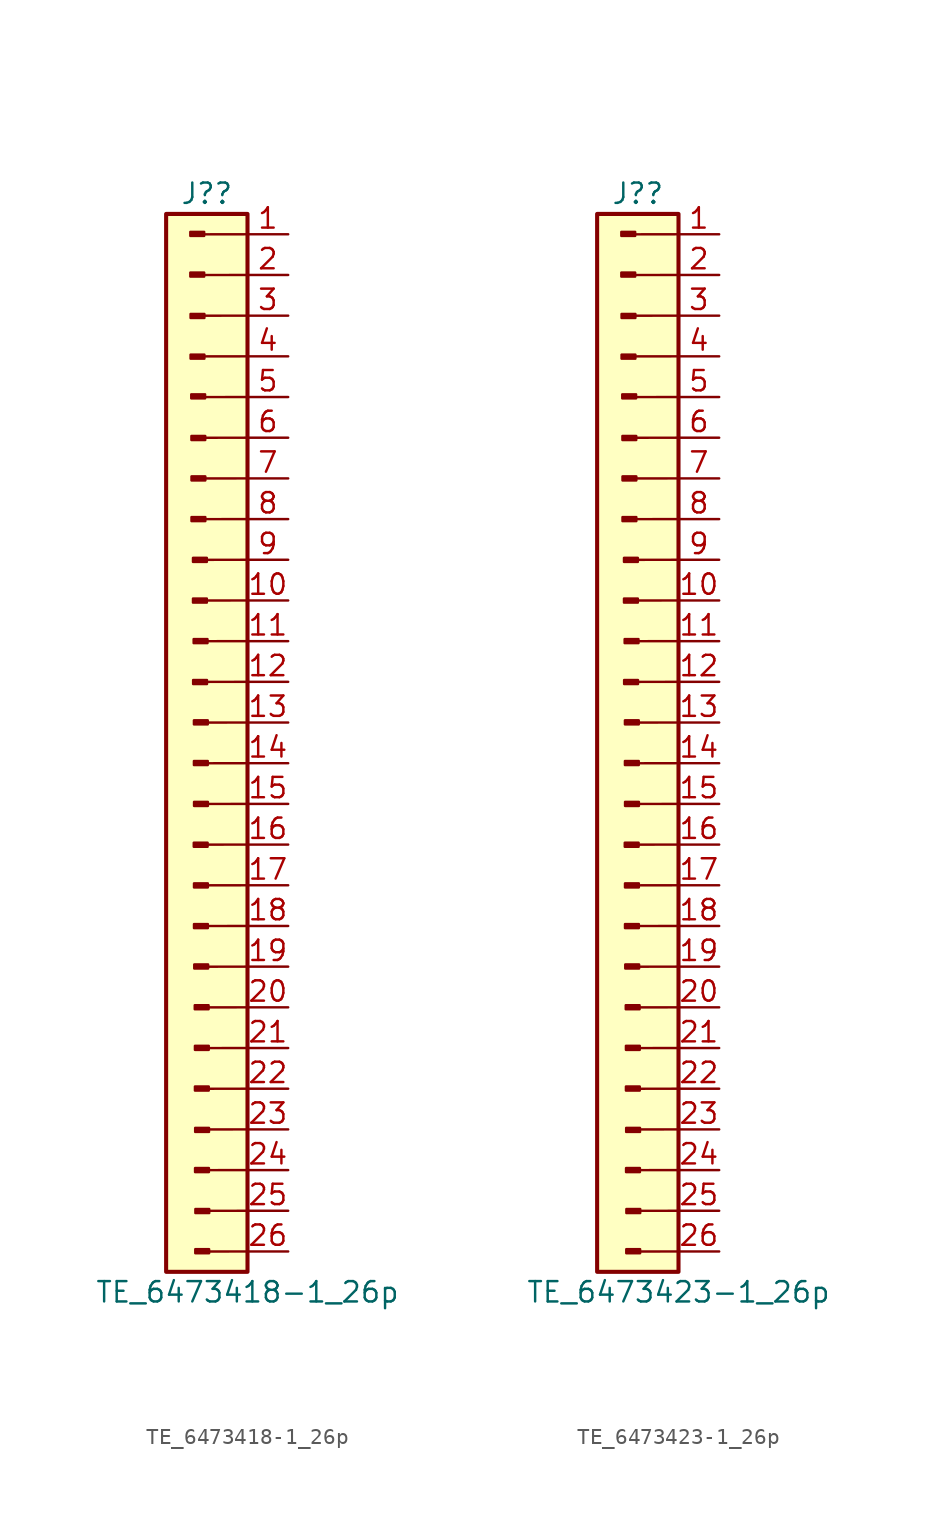
<source format=kicad_sym>
(kicad_symbol_lib
  (version 20220914)
  (generator kicad_symbol_editor)
  (symbol "TE_6473418-1_26p"
    (property "Reference" "J?"
      (at -2.54 2.54 0)
      (effects (font (size 1.27 1.27))))
    (property "Value" "TE_6473418-1_26p"
      (at 0 -66.04 0)
      (effects (font (size 1.27 1.27))))
    (symbol "TE_6473418-1_26p_0_1"
      (rectangle (start -5.08 1.27) (end 0 -64.77) (stroke (width 0.254) (type default)) (fill (type background)))
      (polyline (pts (xy 0 -63.5) (xy -2.64 -63.503)) (stroke (width 0) (type default)) (fill (type none)))
      (polyline (pts (xy 0 -60.96) (xy -2.64 -60.963)) (stroke (width 0) (type default)) (fill (type none)))
      (polyline (pts (xy 0 -58.42) (xy -2.64 -58.423)) (stroke (width 0) (type default)) (fill (type none)))
      (polyline (pts (xy 0 -55.88) (xy -2.64 -55.883)) (stroke (width 0) (type default)) (fill (type none)))
      (polyline (pts (xy 0 -53.34) (xy -2.64 -53.343)) (stroke (width 0) (type default)) (fill (type none)))
      (polyline (pts (xy 0 -50.8) (xy -2.64 -50.803)) (stroke (width 0) (type default)) (fill (type none)))
      (polyline (pts (xy 0 -48.26) (xy -2.64 -48.263)) (stroke (width 0) (type default)) (fill (type none)))
      (polyline (pts (xy 0 -45.72) (xy -2.64 -45.723)) (stroke (width 0) (type default)) (fill (type none)))
      (polyline (pts (xy 0 -43.18) (xy -2.64 -43.183)) (stroke (width 0) (type default)) (fill (type none)))
      (polyline (pts (xy 0 -40.64) (xy -2.64 -40.643)) (stroke (width 0) (type default)) (fill (type none)))
      (polyline (pts (xy 0 -38.1) (xy -2.64 -38.103)) (stroke (width 0) (type default)) (fill (type none)))
      (polyline (pts (xy 0 -35.56) (xy -2.64 -35.563)) (stroke (width 0) (type default)) (fill (type none)))
      (polyline (pts (xy 0 -33.02) (xy -2.64 -33.023)) (stroke (width 0) (type default)) (fill (type none)))
      (polyline (pts (xy 0 -30.48) (xy -2.64 -30.483)) (stroke (width 0) (type default)) (fill (type none)))
      (polyline (pts (xy 0 -27.94) (xy -2.64 -27.943)) (stroke (width 0) (type default)) (fill (type none)))
      (polyline (pts (xy 0 -25.4) (xy -2.64 -25.403)) (stroke (width 0) (type default)) (fill (type none)))
      (polyline (pts (xy 0 -22.86) (xy -2.64 -22.863)) (stroke (width 0) (type default)) (fill (type none)))
      (polyline (pts (xy 0 -20.32) (xy -2.64 -20.323)) (stroke (width 0) (type default)) (fill (type none)))
      (polyline (pts (xy 0 -17.78) (xy -2.64 -17.783)) (stroke (width 0) (type default)) (fill (type none)))
      (polyline (pts (xy 0 -15.24) (xy -2.64 -15.243)) (stroke (width 0) (type default)) (fill (type none)))
      (polyline (pts (xy 0 -12.7) (xy -2.64 -12.703)) (stroke (width 0) (type default)) (fill (type none)))
      (polyline (pts (xy 0 -10.16) (xy -2.64 -10.163)) (stroke (width 0) (type default)) (fill (type none)))
      (polyline (pts (xy 0 -7.62) (xy -2.64 -7.623)) (stroke (width 0) (type default)) (fill (type none)))
      (polyline (pts (xy 0 -5.08) (xy -2.64 -5.083)) (stroke (width 0) (type default)) (fill (type none)))
      (polyline (pts (xy 0 -2.54) (xy -2.64 -2.543)) (stroke (width 0) (type default)) (fill (type none)))
      (polyline (pts (xy 0 0) (xy -2.64 -0.003)) (stroke (width 0) (type default)) (fill (type none))))
    (symbol "TE_6473418-1_26p_1_1"
      (rectangle (start -2.705 -2.389) (end -3.569 -2.643) (stroke (width 0.152) (type default)) (fill (type outline)))
      (rectangle (start -2.705 0.15) (end -3.569 -0.103) (stroke (width 0.152) (type default)) (fill (type outline)))
      (rectangle (start -2.691 -7.513) (end -3.554 -7.766) (stroke (width 0.152) (type default)) (fill (type outline)))
      (rectangle (start -2.691 -4.973) (end -3.554 -5.226) (stroke (width 0.152) (type default)) (fill (type outline)))
      (rectangle (start -2.648 -9.991) (end -3.511 -10.245) (stroke (width 0.152) (type default)) (fill (type outline)))
      (rectangle (start -2.638 -12.591) (end -3.501 -12.845) (stroke (width 0.152) (type default)) (fill (type outline)))
      (rectangle (start -2.633 -17.654) (end -3.496 -17.908) (stroke (width 0.152) (type default)) (fill (type outline)))
      (rectangle (start -2.633 -15.114) (end -3.496 -15.368) (stroke (width 0.152) (type default)) (fill (type outline)))
      (rectangle (start -2.539 -22.74) (end -3.403 -22.994) (stroke (width 0.152) (type default)) (fill (type outline)))
      (rectangle (start -2.539 -20.2) (end -3.403 -20.454) (stroke (width 0.152) (type default)) (fill (type outline)))
      (rectangle (start -2.53 -27.826) (end -3.394 -28.079) (stroke (width 0.152) (type default)) (fill (type outline)))
      (rectangle (start -2.498 -25.27) (end -3.362 -25.524) (stroke (width 0.152) (type default)) (fill (type outline)))
      (rectangle (start -2.491 -37.983) (end -3.355 -38.237) (stroke (width 0.152) (type default)) (fill (type outline)))
      (rectangle (start -2.481 -32.882) (end -3.345 -33.136) (stroke (width 0.152) (type default)) (fill (type outline)))
      (rectangle (start -2.481 -30.342) (end -3.345 -30.596) (stroke (width 0.152) (type default)) (fill (type outline)))
      (rectangle (start -2.476 -43.061) (end -3.34 -43.315) (stroke (width 0.152) (type default)) (fill (type outline)))
      (rectangle (start -2.476 -40.521) (end -3.34 -40.775) (stroke (width 0.152) (type default)) (fill (type outline)))
      (rectangle (start -2.473 -35.434) (end -3.337 -35.688) (stroke (width 0.152) (type default)) (fill (type outline)))
      (rectangle (start -2.46 -45.582) (end -3.324 -45.836) (stroke (width 0.152) (type default)) (fill (type outline)))
      (rectangle (start -2.43 -48.127) (end -3.293 -48.381) (stroke (width 0.152) (type default)) (fill (type outline)))
      (rectangle (start -2.419 -53.202) (end -3.282 -53.456) (stroke (width 0.152) (type default)) (fill (type outline)))
      (rectangle (start -2.419 -50.662) (end -3.282 -50.916) (stroke (width 0.152) (type default)) (fill (type outline)))
      (rectangle (start -2.41 -58.292) (end -3.274 -58.546) (stroke (width 0.152) (type default)) (fill (type outline)))
      (rectangle (start -2.404 -55.785) (end -3.267 -56.039) (stroke (width 0.152) (type default)) (fill (type outline)))
      (rectangle (start -2.397 -63.357) (end -3.26 -63.611) (stroke (width 0.152) (type default)) (fill (type outline)))
      (rectangle (start -2.39 -60.85) (end -3.254 -61.104) (stroke (width 0.152) (type default)) (fill (type outline)))
      (pin bidirectional line (at 2.54 0 180) (length 2.54) (name "" (effects (font (size 1.27 1.27)))) (number "1" (effects (font (size 1.27 1.27)))))
      (pin bidirectional line (at 2.54 -22.86 180) (length 2.54) (name "" (effects (font (size 1.27 1.27)))) (number "10" (effects (font (size 1.27 1.27)))))
      (pin bidirectional line (at 2.54 -25.4 180) (length 2.54) (name "" (effects (font (size 1.27 1.27)))) (number "11" (effects (font (size 1.27 1.27)))))
      (pin bidirectional line (at 2.54 -27.94 180) (length 2.54) (name "" (effects (font (size 1.27 1.27)))) (number "12" (effects (font (size 1.27 1.27)))))
      (pin bidirectional line (at 2.54 -30.48 180) (length 2.54) (name "" (effects (font (size 1.27 1.27)))) (number "13" (effects (font (size 1.27 1.27)))))
      (pin bidirectional line (at 2.54 -33.02 180) (length 2.54) (name "" (effects (font (size 1.27 1.27)))) (number "14" (effects (font (size 1.27 1.27)))))
      (pin bidirectional line (at 2.54 -35.56 180) (length 2.54) (name "" (effects (font (size 1.27 1.27)))) (number "15" (effects (font (size 1.27 1.27)))))
      (pin bidirectional line (at 2.54 -38.1 180) (length 2.54) (name "" (effects (font (size 1.27 1.27)))) (number "16" (effects (font (size 1.27 1.27)))))
      (pin bidirectional line (at 2.54 -40.64 180) (length 2.54) (name "" (effects (font (size 1.27 1.27)))) (number "17" (effects (font (size 1.27 1.27)))))
      (pin bidirectional line (at 2.54 -43.18 180) (length 2.54) (name "" (effects (font (size 1.27 1.27)))) (number "18" (effects (font (size 1.27 1.27)))))
      (pin bidirectional line (at 2.54 -45.72 180) (length 2.54) (name "" (effects (font (size 1.27 1.27)))) (number "19" (effects (font (size 1.27 1.27)))))
      (pin bidirectional line (at 2.54 -2.54 180) (length 2.54) (name "" (effects (font (size 1.27 1.27)))) (number "2" (effects (font (size 1.27 1.27)))))
      (pin bidirectional line (at 2.54 -48.26 180) (length 2.54) (name "" (effects (font (size 1.27 1.27)))) (number "20" (effects (font (size 1.27 1.27)))))
      (pin bidirectional line (at 2.54 -50.8 180) (length 2.54) (name "" (effects (font (size 1.27 1.27)))) (number "21" (effects (font (size 1.27 1.27)))))
      (pin bidirectional line (at 2.54 -53.34 180) (length 2.54) (name "" (effects (font (size 1.27 1.27)))) (number "22" (effects (font (size 1.27 1.27)))))
      (pin bidirectional line (at 2.54 -55.88 180) (length 2.54) (name "" (effects (font (size 1.27 1.27)))) (number "23" (effects (font (size 1.27 1.27)))))
      (pin bidirectional line (at 2.54 -58.42 180) (length 2.54) (name "" (effects (font (size 1.27 1.27)))) (number "24" (effects (font (size 1.27 1.27)))))
      (pin bidirectional line (at 2.54 -60.96 180) (length 2.54) (name "" (effects (font (size 1.27 1.27)))) (number "25" (effects (font (size 1.27 1.27)))))
      (pin bidirectional line (at 2.54 -63.5 180) (length 2.54) (name "" (effects (font (size 1.27 1.27)))) (number "26" (effects (font (size 1.27 1.27)))))
      (pin bidirectional line (at 2.54 -5.08 180) (length 2.54) (name "" (effects (font (size 1.27 1.27)))) (number "3" (effects (font (size 1.27 1.27)))))
      (pin bidirectional line (at 2.54 -7.62 180) (length 2.54) (name "" (effects (font (size 1.27 1.27)))) (number "4" (effects (font (size 1.27 1.27)))))
      (pin bidirectional line (at 2.54 -10.16 180) (length 2.54) (name "" (effects (font (size 1.27 1.27)))) (number "5" (effects (font (size 1.27 1.27)))))
      (pin bidirectional line (at 2.54 -12.7 180) (length 2.54) (name "" (effects (font (size 1.27 1.27)))) (number "6" (effects (font (size 1.27 1.27)))))
      (pin bidirectional line (at 2.54 -15.24 180) (length 2.54) (name "" (effects (font (size 1.27 1.27)))) (number "7" (effects (font (size 1.27 1.27)))))
      (pin bidirectional line (at 2.54 -17.78 180) (length 2.54) (name "" (effects (font (size 1.27 1.27)))) (number "8" (effects (font (size 1.27 1.27)))))
      (pin bidirectional line (at 2.54 -20.32 180) (length 2.54) (name "" (effects (font (size 1.27 1.27)))) (number "9" (effects (font (size 1.27 1.27)))))))
  (symbol "TE_6473423-1_26p"
    (property "Reference" "J?"
      (at -2.54 2.54 0)
      (effects (font (size 1.27 1.27))))
    (property "Value" "TE_6473423-1_26p"
      (at 0 -66.04 0)
      (effects (font (size 1.27 1.27))))
    (symbol "TE_6473423-1_26p_0_1"
      (rectangle (start -5.08 1.27) (end 0 -64.77) (stroke (width 0.254) (type default)) (fill (type background)))
      (polyline (pts (xy 0 -63.5) (xy -2.64 -63.503)) (stroke (width 0) (type default)) (fill (type none)))
      (polyline (pts (xy 0 -60.96) (xy -2.64 -60.963)) (stroke (width 0) (type default)) (fill (type none)))
      (polyline (pts (xy 0 -58.42) (xy -2.64 -58.423)) (stroke (width 0) (type default)) (fill (type none)))
      (polyline (pts (xy 0 -55.88) (xy -2.64 -55.883)) (stroke (width 0) (type default)) (fill (type none)))
      (polyline (pts (xy 0 -53.34) (xy -2.64 -53.343)) (stroke (width 0) (type default)) (fill (type none)))
      (polyline (pts (xy 0 -50.8) (xy -2.64 -50.803)) (stroke (width 0) (type default)) (fill (type none)))
      (polyline (pts (xy 0 -48.26) (xy -2.64 -48.263)) (stroke (width 0) (type default)) (fill (type none)))
      (polyline (pts (xy 0 -45.72) (xy -2.64 -45.723)) (stroke (width 0) (type default)) (fill (type none)))
      (polyline (pts (xy 0 -43.18) (xy -2.64 -43.183)) (stroke (width 0) (type default)) (fill (type none)))
      (polyline (pts (xy 0 -40.64) (xy -2.64 -40.643)) (stroke (width 0) (type default)) (fill (type none)))
      (polyline (pts (xy 0 -38.1) (xy -2.64 -38.103)) (stroke (width 0) (type default)) (fill (type none)))
      (polyline (pts (xy 0 -35.56) (xy -2.64 -35.563)) (stroke (width 0) (type default)) (fill (type none)))
      (polyline (pts (xy 0 -33.02) (xy -2.64 -33.023)) (stroke (width 0) (type default)) (fill (type none)))
      (polyline (pts (xy 0 -30.48) (xy -2.64 -30.483)) (stroke (width 0) (type default)) (fill (type none)))
      (polyline (pts (xy 0 -27.94) (xy -2.64 -27.943)) (stroke (width 0) (type default)) (fill (type none)))
      (polyline (pts (xy 0 -25.4) (xy -2.64 -25.403)) (stroke (width 0) (type default)) (fill (type none)))
      (polyline (pts (xy 0 -22.86) (xy -2.64 -22.863)) (stroke (width 0) (type default)) (fill (type none)))
      (polyline (pts (xy 0 -20.32) (xy -2.64 -20.323)) (stroke (width 0) (type default)) (fill (type none)))
      (polyline (pts (xy 0 -17.78) (xy -2.64 -17.783)) (stroke (width 0) (type default)) (fill (type none)))
      (polyline (pts (xy 0 -15.24) (xy -2.64 -15.243)) (stroke (width 0) (type default)) (fill (type none)))
      (polyline (pts (xy 0 -12.7) (xy -2.64 -12.703)) (stroke (width 0) (type default)) (fill (type none)))
      (polyline (pts (xy 0 -10.16) (xy -2.64 -10.163)) (stroke (width 0) (type default)) (fill (type none)))
      (polyline (pts (xy 0 -7.62) (xy -2.64 -7.623)) (stroke (width 0) (type default)) (fill (type none)))
      (polyline (pts (xy 0 -5.08) (xy -2.64 -5.083)) (stroke (width 0) (type default)) (fill (type none)))
      (polyline (pts (xy 0 -2.54) (xy -2.64 -2.543)) (stroke (width 0) (type default)) (fill (type none)))
      (polyline (pts (xy 0 0) (xy -2.64 -0.003)) (stroke (width 0) (type default)) (fill (type none))))
    (symbol "TE_6473423-1_26p_1_1"
      (rectangle (start -2.705 -2.389) (end -3.569 -2.643) (stroke (width 0.152) (type default)) (fill (type outline)))
      (rectangle (start -2.705 0.15) (end -3.569 -0.103) (stroke (width 0.152) (type default)) (fill (type outline)))
      (rectangle (start -2.691 -7.513) (end -3.554 -7.766) (stroke (width 0.152) (type default)) (fill (type outline)))
      (rectangle (start -2.691 -4.973) (end -3.554 -5.226) (stroke (width 0.152) (type default)) (fill (type outline)))
      (rectangle (start -2.648 -9.991) (end -3.511 -10.245) (stroke (width 0.152) (type default)) (fill (type outline)))
      (rectangle (start -2.638 -12.591) (end -3.501 -12.845) (stroke (width 0.152) (type default)) (fill (type outline)))
      (rectangle (start -2.633 -17.654) (end -3.496 -17.908) (stroke (width 0.152) (type default)) (fill (type outline)))
      (rectangle (start -2.633 -15.114) (end -3.496 -15.368) (stroke (width 0.152) (type default)) (fill (type outline)))
      (rectangle (start -2.539 -22.74) (end -3.403 -22.994) (stroke (width 0.152) (type default)) (fill (type outline)))
      (rectangle (start -2.539 -20.2) (end -3.403 -20.454) (stroke (width 0.152) (type default)) (fill (type outline)))
      (rectangle (start -2.53 -27.826) (end -3.394 -28.079) (stroke (width 0.152) (type default)) (fill (type outline)))
      (rectangle (start -2.498 -25.27) (end -3.362 -25.524) (stroke (width 0.152) (type default)) (fill (type outline)))
      (rectangle (start -2.491 -37.983) (end -3.355 -38.237) (stroke (width 0.152) (type default)) (fill (type outline)))
      (rectangle (start -2.481 -32.882) (end -3.345 -33.136) (stroke (width 0.152) (type default)) (fill (type outline)))
      (rectangle (start -2.481 -30.342) (end -3.345 -30.596) (stroke (width 0.152) (type default)) (fill (type outline)))
      (rectangle (start -2.476 -43.061) (end -3.34 -43.315) (stroke (width 0.152) (type default)) (fill (type outline)))
      (rectangle (start -2.476 -40.521) (end -3.34 -40.775) (stroke (width 0.152) (type default)) (fill (type outline)))
      (rectangle (start -2.473 -35.434) (end -3.337 -35.688) (stroke (width 0.152) (type default)) (fill (type outline)))
      (rectangle (start -2.46 -45.582) (end -3.324 -45.836) (stroke (width 0.152) (type default)) (fill (type outline)))
      (rectangle (start -2.43 -48.127) (end -3.293 -48.381) (stroke (width 0.152) (type default)) (fill (type outline)))
      (rectangle (start -2.419 -53.202) (end -3.282 -53.456) (stroke (width 0.152) (type default)) (fill (type outline)))
      (rectangle (start -2.419 -50.662) (end -3.282 -50.916) (stroke (width 0.152) (type default)) (fill (type outline)))
      (rectangle (start -2.41 -58.292) (end -3.274 -58.546) (stroke (width 0.152) (type default)) (fill (type outline)))
      (rectangle (start -2.404 -55.785) (end -3.267 -56.039) (stroke (width 0.152) (type default)) (fill (type outline)))
      (rectangle (start -2.397 -63.357) (end -3.26 -63.611) (stroke (width 0.152) (type default)) (fill (type outline)))
      (rectangle (start -2.39 -60.85) (end -3.254 -61.104) (stroke (width 0.152) (type default)) (fill (type outline)))
      (pin bidirectional line (at 2.54 0 180) (length 2.54) (name "" (effects (font (size 1.27 1.27)))) (number "1" (effects (font (size 1.27 1.27)))))
      (pin bidirectional line (at 2.54 -22.86 180) (length 2.54) (name "" (effects (font (size 1.27 1.27)))) (number "10" (effects (font (size 1.27 1.27)))))
      (pin bidirectional line (at 2.54 -25.4 180) (length 2.54) (name "" (effects (font (size 1.27 1.27)))) (number "11" (effects (font (size 1.27 1.27)))))
      (pin bidirectional line (at 2.54 -27.94 180) (length 2.54) (name "" (effects (font (size 1.27 1.27)))) (number "12" (effects (font (size 1.27 1.27)))))
      (pin bidirectional line (at 2.54 -30.48 180) (length 2.54) (name "" (effects (font (size 1.27 1.27)))) (number "13" (effects (font (size 1.27 1.27)))))
      (pin bidirectional line (at 2.54 -33.02 180) (length 2.54) (name "" (effects (font (size 1.27 1.27)))) (number "14" (effects (font (size 1.27 1.27)))))
      (pin bidirectional line (at 2.54 -35.56 180) (length 2.54) (name "" (effects (font (size 1.27 1.27)))) (number "15" (effects (font (size 1.27 1.27)))))
      (pin bidirectional line (at 2.54 -38.1 180) (length 2.54) (name "" (effects (font (size 1.27 1.27)))) (number "16" (effects (font (size 1.27 1.27)))))
      (pin bidirectional line (at 2.54 -40.64 180) (length 2.54) (name "" (effects (font (size 1.27 1.27)))) (number "17" (effects (font (size 1.27 1.27)))))
      (pin bidirectional line (at 2.54 -43.18 180) (length 2.54) (name "" (effects (font (size 1.27 1.27)))) (number "18" (effects (font (size 1.27 1.27)))))
      (pin bidirectional line (at 2.54 -45.72 180) (length 2.54) (name "" (effects (font (size 1.27 1.27)))) (number "19" (effects (font (size 1.27 1.27)))))
      (pin bidirectional line (at 2.54 -2.54 180) (length 2.54) (name "" (effects (font (size 1.27 1.27)))) (number "2" (effects (font (size 1.27 1.27)))))
      (pin bidirectional line (at 2.54 -48.26 180) (length 2.54) (name "" (effects (font (size 1.27 1.27)))) (number "20" (effects (font (size 1.27 1.27)))))
      (pin bidirectional line (at 2.54 -50.8 180) (length 2.54) (name "" (effects (font (size 1.27 1.27)))) (number "21" (effects (font (size 1.27 1.27)))))
      (pin bidirectional line (at 2.54 -53.34 180) (length 2.54) (name "" (effects (font (size 1.27 1.27)))) (number "22" (effects (font (size 1.27 1.27)))))
      (pin bidirectional line (at 2.54 -55.88 180) (length 2.54) (name "" (effects (font (size 1.27 1.27)))) (number "23" (effects (font (size 1.27 1.27)))))
      (pin bidirectional line (at 2.54 -58.42 180) (length 2.54) (name "" (effects (font (size 1.27 1.27)))) (number "24" (effects (font (size 1.27 1.27)))))
      (pin bidirectional line (at 2.54 -60.96 180) (length 2.54) (name "" (effects (font (size 1.27 1.27)))) (number "25" (effects (font (size 1.27 1.27)))))
      (pin bidirectional line (at 2.54 -63.5 180) (length 2.54) (name "" (effects (font (size 1.27 1.27)))) (number "26" (effects (font (size 1.27 1.27)))))
      (pin bidirectional line (at 2.54 -5.08 180) (length 2.54) (name "" (effects (font (size 1.27 1.27)))) (number "3" (effects (font (size 1.27 1.27)))))
      (pin bidirectional line (at 2.54 -7.62 180) (length 2.54) (name "" (effects (font (size 1.27 1.27)))) (number "4" (effects (font (size 1.27 1.27)))))
      (pin bidirectional line (at 2.54 -10.16 180) (length 2.54) (name "" (effects (font (size 1.27 1.27)))) (number "5" (effects (font (size 1.27 1.27)))))
      (pin bidirectional line (at 2.54 -12.7 180) (length 2.54) (name "" (effects (font (size 1.27 1.27)))) (number "6" (effects (font (size 1.27 1.27)))))
      (pin bidirectional line (at 2.54 -15.24 180) (length 2.54) (name "" (effects (font (size 1.27 1.27)))) (number "7" (effects (font (size 1.27 1.27)))))
      (pin bidirectional line (at 2.54 -17.78 180) (length 2.54) (name "" (effects (font (size 1.27 1.27)))) (number "8" (effects (font (size 1.27 1.27)))))
      (pin bidirectional line (at 2.54 -20.32 180) (length 2.54) (name "" (effects (font (size 1.27 1.27)))) (number "9" (effects (font (size 1.27 1.27))))))))
</source>
